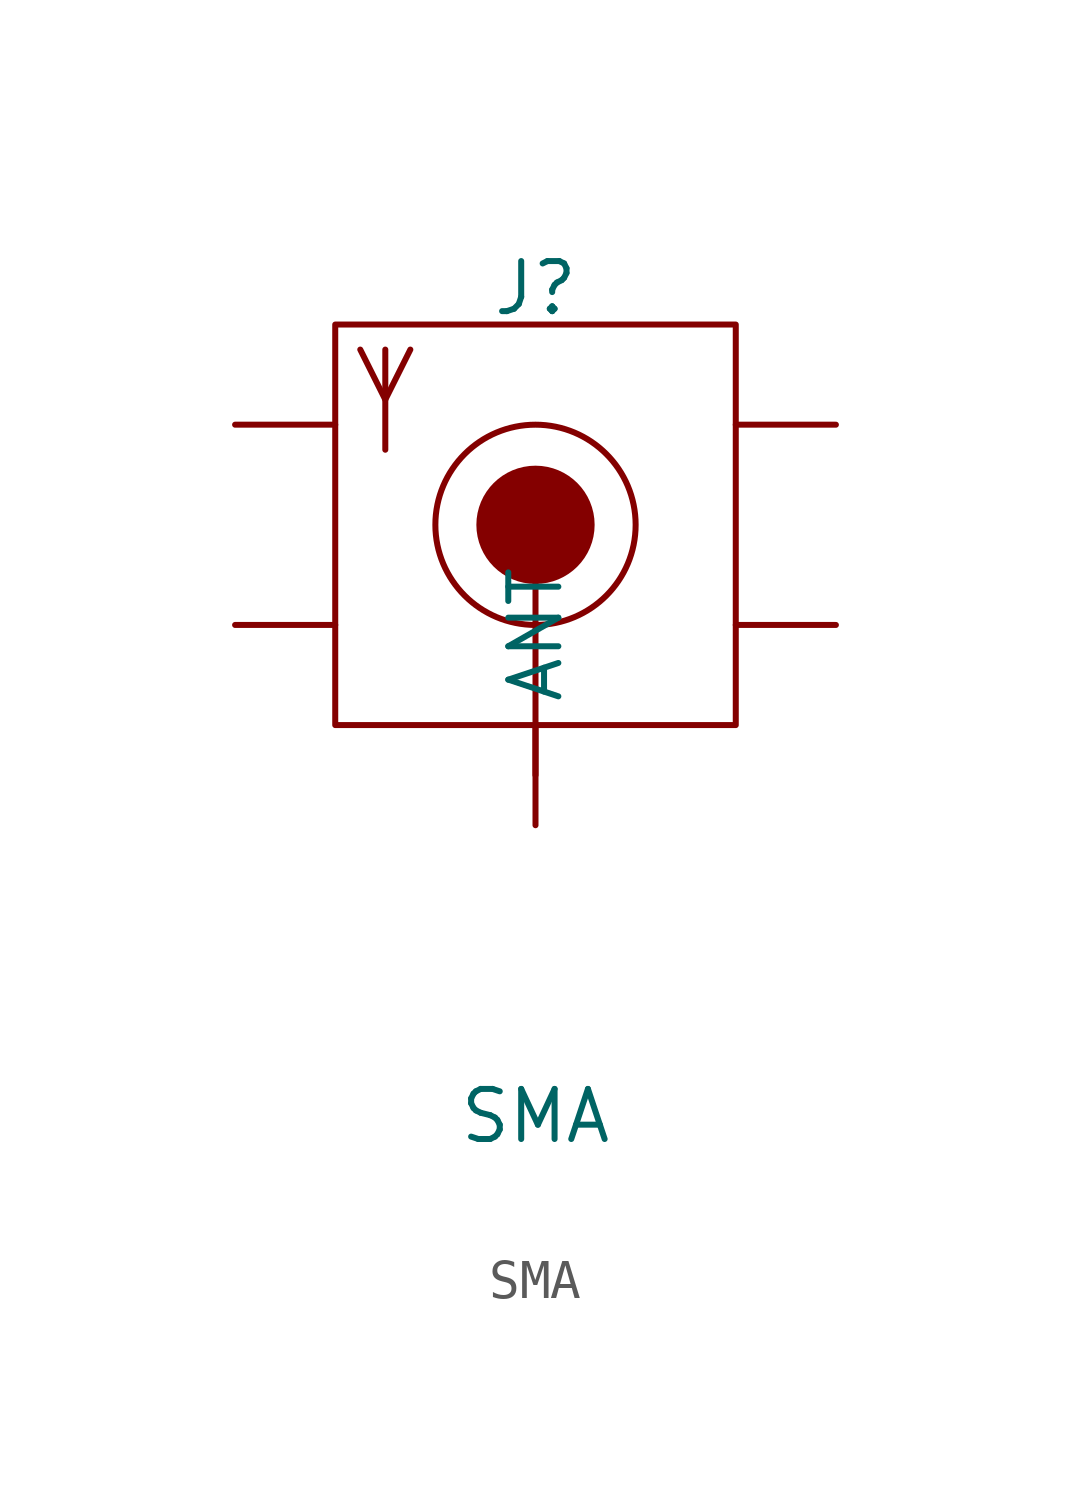
<source format=kicad_sym>
(kicad_symbol_lib
  (version 20241209)
  (generator "kicad_symbol_editor")
  (generator_version "9.0")
  (symbol "SMA"
    (pin_numbers
      (hide yes))
    (property "Reference" "J"
      (at 0 6 0)
      (effects (font (size 1.27 1.27))))
    (property "Value" "SMA"
      (at 0 -15 0)
      (effects (font (size 1.27 1.27))))
    (symbol "SMA_0_1"
      (rectangle (start -5.08 5.08) (end 5.08 -5.08) (stroke (width 0) (type default)) (fill (type none))))
    (symbol "SMA_1_1"
      (polyline (pts (xy -3.81 1.905) (xy -3.81 4.445)) (stroke (width 0) (type default)) (fill (type none)))
      (polyline (pts (xy -3.175 4.445) (xy -3.81 3.175) (xy -4.445 4.445)) (stroke (width 0) (type default)) (fill (type none)))
      (circle (center 0 0) (radius 0.0001) (stroke (width 1.5) (type solid)) (fill (type none)))
      (polyline (pts (xy 0 0) (xy 0 -6.35)) (stroke (width 0) (type default)) (fill (type none)))
      (circle (center 0 0) (radius 2.54) (stroke (width 0) (type default)) (fill (type none)))
      (pin passive line (at -7.62 2.54 0) (length 2.54) (name "" (effects (font (size 1.27 1.27)))) (number "2" (effects (font (size 1.27 1.27)))))
      (pin passive line (at -7.62 -2.54 0) (length 2.54) (name "" (effects (font (size 1.27 1.27)))) (number "3" (effects (font (size 1.27 1.27)))))
      (pin passive line (at 0 -7.62 90) (length 2.54) (name "ANT" (effects (font (size 1.27 1.27)))) (number "1" (effects (font (size 1.27 1.27)))))
      (pin passive line (at 7.62 2.54 180) (length 2.54) (name "" (effects (font (size 1.27 1.27)))) (number "4" (effects (font (size 1.27 1.27)))))
      (pin passive line (at 7.62 -2.54 180) (length 2.54) (name "" (effects (font (size 1.27 1.27)))) (number "5" (effects (font (size 1.27 1.27))))))))
</source>
